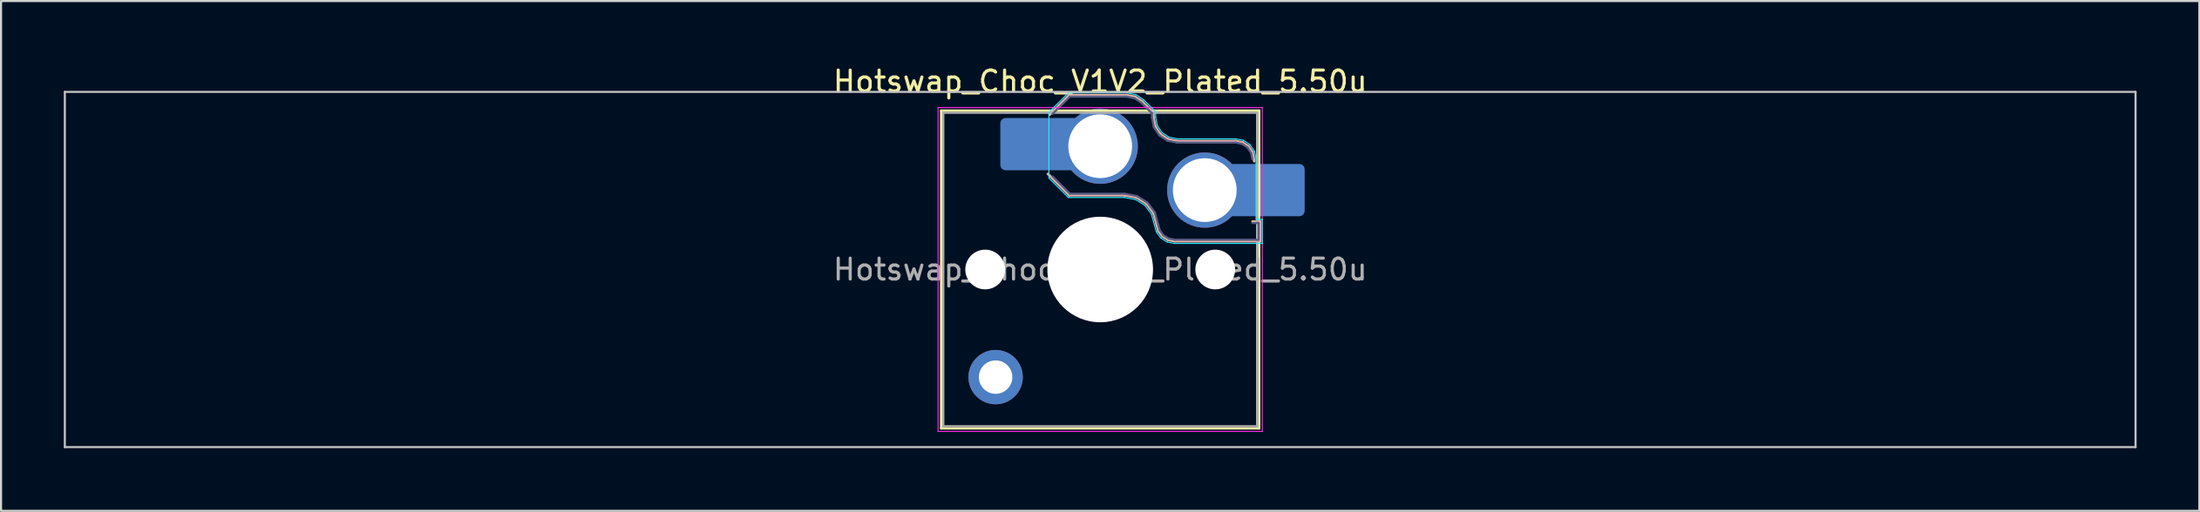
<source format=kicad_pcb>
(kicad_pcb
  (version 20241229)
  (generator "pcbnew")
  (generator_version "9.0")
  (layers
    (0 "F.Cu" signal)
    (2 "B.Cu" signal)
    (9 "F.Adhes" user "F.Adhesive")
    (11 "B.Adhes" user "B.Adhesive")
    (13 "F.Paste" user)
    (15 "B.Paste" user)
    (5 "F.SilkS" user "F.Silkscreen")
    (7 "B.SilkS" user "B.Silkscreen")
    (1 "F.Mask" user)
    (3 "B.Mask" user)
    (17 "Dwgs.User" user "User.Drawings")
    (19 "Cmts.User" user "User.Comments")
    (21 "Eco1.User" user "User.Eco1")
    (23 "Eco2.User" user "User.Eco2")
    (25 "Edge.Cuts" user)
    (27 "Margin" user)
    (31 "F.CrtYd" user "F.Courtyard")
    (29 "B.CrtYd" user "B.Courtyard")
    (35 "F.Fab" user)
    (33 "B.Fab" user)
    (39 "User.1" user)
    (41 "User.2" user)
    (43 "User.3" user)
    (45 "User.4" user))
  (footprint "Hotswap_Choc_V1V2_Plated_5.50u"
    (layer "F.Cu")
    (at 49.55 9.848)
    (property "Reference" "Hotswap_Choc_V1V2_Plated_5.50u" (at 0 -9 0) (layer "F.SilkS") (effects (font (size 1 1) (thickness 0.15))))
    (attr smd allow_soldermask_bridges)
    (fp_line (start -7.6 -7.6) (end -7.6 7.6) (stroke (width 0.12) (type solid)) (layer "F.SilkS"))
    (fp_line (start -7.6 7.6) (end 7.6 7.6) (stroke (width 0.12) (type solid)) (layer "F.SilkS"))
    (fp_line (start 7.6 -7.6) (end -7.6 -7.6) (stroke (width 0.12) (type solid)) (layer "F.SilkS"))
    (fp_line (start 7.6 7.6) (end 7.6 -7.6) (stroke (width 0.12) (type solid)) (layer "F.SilkS"))
    (fp_line (start -2.416 -7.409) (end -1.479 -8.346) (stroke (width 0.12) (type solid)) (layer "B.SilkS"))
    (fp_line (start -1.479 -8.346) (end 1.268 -8.346) (stroke (width 0.12) (type solid)) (layer "B.SilkS"))
    (fp_line (start -1.479 -3.554) (end -2.5 -4.575) (stroke (width 0.12) (type solid)) (layer "B.SilkS"))
    (fp_line (start 1.168 -3.554) (end -1.479 -3.554) (stroke (width 0.12) (type solid)) (layer "B.SilkS"))
    (fp_line (start 1.268 -8.346) (end 1.671 -8.266) (stroke (width 0.12) (type solid)) (layer "B.SilkS"))
    (fp_line (start 1.671 -8.266) (end 2.013 -8.037) (stroke (width 0.12) (type solid)) (layer "B.SilkS"))
    (fp_line (start 1.73 -3.449) (end 1.168 -3.554) (stroke (width 0.12) (type solid)) (layer "B.SilkS"))
    (fp_line (start 2.013 -8.037) (end 2.546 -7.504) (stroke (width 0.12) (type solid)) (layer "B.SilkS"))
    (fp_line (start 2.209 -3.15) (end 1.73 -3.449) (stroke (width 0.12) (type solid)) (layer "B.SilkS"))
    (fp_line (start 2.546 -7.504) (end 2.546 -7.282) (stroke (width 0.12) (type solid)) (layer "B.SilkS"))
    (fp_line (start 2.546 -7.282) (end 2.633 -6.844) (stroke (width 0.12) (type solid)) (layer "B.SilkS"))
    (fp_line (start 2.547 -2.697) (end 2.209 -3.15) (stroke (width 0.12) (type solid)) (layer "B.SilkS"))
    (fp_line (start 2.633 -6.844) (end 2.877 -6.477) (stroke (width 0.12) (type solid)) (layer "B.SilkS"))
    (fp_line (start 2.701 -2.139) (end 2.547 -2.697) (stroke (width 0.12) (type solid)) (layer "B.SilkS"))
    (fp_line (start 2.783 -1.841) (end 2.701 -2.139) (stroke (width 0.12) (type solid)) (layer "B.SilkS"))
    (fp_line (start 2.877 -6.477) (end 3.244 -6.233) (stroke (width 0.12) (type solid)) (layer "B.SilkS"))
    (fp_line (start 2.976 -1.583) (end 2.783 -1.841) (stroke (width 0.12) (type solid)) (layer "B.SilkS"))
    (fp_line (start 3.244 -6.233) (end 3.682 -6.146) (stroke (width 0.12) (type solid)) (layer "B.SilkS"))
    (fp_line (start 3.25 -1.413) (end 2.976 -1.583) (stroke (width 0.12) (type solid)) (layer "B.SilkS"))
    (fp_line (start 3.56 -1.354) (end 3.25 -1.413) (stroke (width 0.12) (type solid)) (layer "B.SilkS"))
    (fp_line (start 3.682 -6.146) (end 6.482 -6.146) (stroke (width 0.12) (type solid)) (layer "B.SilkS"))
    (fp_line (start 6.482 -6.146) (end 6.809 -6.081) (stroke (width 0.12) (type solid)) (layer "B.SilkS"))
    (fp_line (start 6.809 -6.081) (end 7.092 -5.892) (stroke (width 0.12) (type solid)) (layer "B.SilkS"))
    (fp_line (start 7.092 -5.892) (end 7.281 -5.609) (stroke (width 0.12) (type solid)) (layer "B.SilkS"))
    (fp_line (start 7.281 -5.609) (end 7.366 -5.182) (stroke (width 0.12) (type solid)) (layer "B.SilkS"))
    (fp_line (start 7.283 -2.296) (end 7.646 -2.296) (stroke (width 0.12) (type solid)) (layer "B.SilkS"))
    (fp_line (start 7.646 -2.296) (end 7.646 -1.354) (stroke (width 0.12) (type solid)) (layer "B.SilkS"))
    (fp_line (start 7.646 -1.354) (end 3.56 -1.354) (stroke (width 0.12) (type solid)) (layer "B.SilkS"))
    (fp_line (start -49.5 -8.5) (end -49.5 8.5) (stroke (width 0.1) (type solid)) (layer "Dwgs.User"))
    (fp_line (start -49.5 8.5) (end 49.5 8.5) (stroke (width 0.1) (type solid)) (layer "Dwgs.User"))
    (fp_line (start 49.5 -8.5) (end -49.5 -8.5) (stroke (width 0.1) (type solid)) (layer "Dwgs.User"))
    (fp_line (start 49.5 8.5) (end 49.5 -8.5) (stroke (width 0.1) (type solid)) (layer "Dwgs.User"))
    (fp_line (start -7.25 -7.25) (end -7.25 7.25) (stroke (width 0.1) (type solid)) (layer "Eco1.User"))
    (fp_line (start -7.25 7.25) (end 7.25 7.25) (stroke (width 0.1) (type solid)) (layer "Eco1.User"))
    (fp_line (start 7.25 -7.25) (end -7.25 -7.25) (stroke (width 0.1) (type solid)) (layer "Eco1.User"))
    (fp_line (start 7.25 7.25) (end 7.25 -7.25) (stroke (width 0.1) (type solid)) (layer "Eco1.User"))
    (fp_line (start -2.452 -7.523) (end -1.523 -8.452) (stroke (width 0.05) (type solid)) (layer "B.CrtYd"))
    (fp_line (start -2.452 -4.377) (end -2.452 -7.523) (stroke (width 0.05) (type solid)) (layer "B.CrtYd"))
    (fp_line (start -1.523 -8.452) (end 1.278 -8.452) (stroke (width 0.05) (type solid)) (layer "B.CrtYd"))
    (fp_line (start -1.523 -3.448) (end -2.452 -4.377) (stroke (width 0.05) (type solid)) (layer "B.CrtYd"))
    (fp_line (start 1.159 -3.448) (end -1.523 -3.448) (stroke (width 0.05) (type solid)) (layer "B.CrtYd"))
    (fp_line (start 1.278 -8.452) (end 1.712 -8.366) (stroke (width 0.05) (type solid)) (layer "B.CrtYd"))
    (fp_line (start 1.691 -3.348) (end 1.159 -3.448) (stroke (width 0.05) (type solid)) (layer "B.CrtYd"))
    (fp_line (start 1.712 -8.366) (end 2.081 -8.119) (stroke (width 0.05) (type solid)) (layer "B.CrtYd"))
    (fp_line (start 2.081 -8.119) (end 2.652 -7.548) (stroke (width 0.05) (type solid)) (layer "B.CrtYd"))
    (fp_line (start 2.136 -3.071) (end 1.691 -3.348) (stroke (width 0.05) (type solid)) (layer "B.CrtYd"))
    (fp_line (start 2.45 -2.65) (end 2.136 -3.071) (stroke (width 0.05) (type solid)) (layer "B.CrtYd"))
    (fp_line (start 2.599 -2.111) (end 2.45 -2.65) (stroke (width 0.05) (type solid)) (layer "B.CrtYd"))
    (fp_line (start 2.652 -7.548) (end 2.652 -7.292) (stroke (width 0.05) (type solid)) (layer "B.CrtYd"))
    (fp_line (start 2.652 -7.292) (end 2.733 -6.885) (stroke (width 0.05) (type solid)) (layer "B.CrtYd"))
    (fp_line (start 2.687 -1.794) (end 2.599 -2.111) (stroke (width 0.05) (type solid)) (layer "B.CrtYd"))
    (fp_line (start 2.733 -6.885) (end 2.953 -6.553) (stroke (width 0.05) (type solid)) (layer "B.CrtYd"))
    (fp_line (start 2.903 -1.503) (end 2.687 -1.794) (stroke (width 0.05) (type solid)) (layer "B.CrtYd"))
    (fp_line (start 2.953 -6.553) (end 3.285 -6.333) (stroke (width 0.05) (type solid)) (layer "B.CrtYd"))
    (fp_line (start 3.211 -1.312) (end 2.903 -1.503) (stroke (width 0.05) (type solid)) (layer "B.CrtYd"))
    (fp_line (start 3.285 -6.333) (end 3.692 -6.252) (stroke (width 0.05) (type solid)) (layer "B.CrtYd"))
    (fp_line (start 3.55 -1.248) (end 3.211 -1.312) (stroke (width 0.05) (type solid)) (layer "B.CrtYd"))
    (fp_line (start 3.692 -6.252) (end 6.492 -6.252) (stroke (width 0.05) (type solid)) (layer "B.CrtYd"))
    (fp_line (start 6.492 -6.252) (end 6.85 -6.181) (stroke (width 0.05) (type solid)) (layer "B.CrtYd"))
    (fp_line (start 6.85 -6.181) (end 7.168 -5.968) (stroke (width 0.05) (type solid)) (layer "B.CrtYd"))
    (fp_line (start 7.168 -5.968) (end 7.381 -5.65) (stroke (width 0.05) (type solid)) (layer "B.CrtYd"))
    (fp_line (start 7.381 -5.65) (end 7.452 -5.292) (stroke (width 0.05) (type solid)) (layer "B.CrtYd"))
    (fp_line (start 7.452 -5.292) (end 7.452 -2.402) (stroke (width 0.05) (type solid)) (layer "B.CrtYd"))
    (fp_line (start 7.452 -2.402) (end 7.752 -2.402) (stroke (width 0.05) (type solid)) (layer "B.CrtYd"))
    (fp_line (start 7.752 -2.402) (end 7.752 -1.248) (stroke (width 0.05) (type solid)) (layer "B.CrtYd"))
    (fp_line (start 7.752 -1.248) (end 3.55 -1.248) (stroke (width 0.05) (type solid)) (layer "B.CrtYd"))
    (fp_line (start -7.75 -7.75) (end -7.75 7.75) (stroke (width 0.05) (type solid)) (layer "F.CrtYd"))
    (fp_line (start -7.75 7.75) (end 7.75 7.75) (stroke (width 0.05) (type solid)) (layer "F.CrtYd"))
    (fp_line (start 7.75 -7.75) (end -7.75 -7.75) (stroke (width 0.05) (type solid)) (layer "F.CrtYd"))
    (fp_line (start 7.75 7.75) (end 7.75 -7.75) (stroke (width 0.05) (type solid)) (layer "F.CrtYd"))
    (fp_line (start -2.275 -7.45) (end -1.45 -8.275) (stroke (width 0.1) (type solid)) (layer "B.Fab"))
    (fp_line (start -1.45 -8.275) (end 1.261 -8.275) (stroke (width 0.1) (type solid)) (layer "B.Fab"))
    (fp_line (start -1.45 -3.625) (end -2.275 -4.45) (stroke (width 0.1) (type solid)) (layer "B.Fab"))
    (fp_line (start 1.175 -3.625) (end -1.45 -3.625) (stroke (width 0.1) (type solid)) (layer "B.Fab"))
    (fp_line (start 1.261 -8.275) (end 1.643 -8.199) (stroke (width 0.1) (type solid)) (layer "B.Fab"))
    (fp_line (start 1.643 -8.199) (end 1.968 -7.982) (stroke (width 0.1) (type solid)) (layer "B.Fab"))
    (fp_line (start 1.756 -3.516) (end 1.175 -3.625) (stroke (width 0.1) (type solid)) (layer "B.Fab"))
    (fp_line (start 1.968 -7.982) (end 2.475 -7.475) (stroke (width 0.1) (type solid)) (layer "B.Fab"))
    (fp_line (start 2.258 -3.203) (end 1.756 -3.516) (stroke (width 0.1) (type solid)) (layer "B.Fab"))
    (fp_line (start 2.475 -7.475) (end 2.475 -7.275) (stroke (width 0.1) (type solid)) (layer "B.Fab"))
    (fp_line (start 2.475 -7.275) (end 2.566 -6.816) (stroke (width 0.1) (type solid)) (layer "B.Fab"))
    (fp_line (start 2.566 -6.816) (end 2.826 -6.426) (stroke (width 0.1) (type solid)) (layer "B.Fab"))
    (fp_line (start 2.612 -2.729) (end 2.258 -3.203) (stroke (width 0.1) (type solid)) (layer "B.Fab"))
    (fp_line (start 2.769 -2.158) (end 2.612 -2.729) (stroke (width 0.1) (type solid)) (layer "B.Fab"))
    (fp_line (start 2.826 -6.426) (end 3.216 -6.166) (stroke (width 0.1) (type solid)) (layer "B.Fab"))
    (fp_line (start 2.848 -1.873) (end 2.769 -2.158) (stroke (width 0.1) (type solid)) (layer "B.Fab"))
    (fp_line (start 3.025 -1.636) (end 2.848 -1.873) (stroke (width 0.1) (type solid)) (layer "B.Fab"))
    (fp_line (start 3.216 -6.166) (end 3.675 -6.075) (stroke (width 0.1) (type solid)) (layer "B.Fab"))
    (fp_line (start 3.276 -1.48) (end 3.025 -1.636) (stroke (width 0.1) (type solid)) (layer "B.Fab"))
    (fp_line (start 3.567 -1.425) (end 3.276 -1.48) (stroke (width 0.1) (type solid)) (layer "B.Fab"))
    (fp_line (start 3.675 -6.075) (end 6.475 -6.075) (stroke (width 0.1) (type solid)) (layer "B.Fab"))
    (fp_line (start 6.475 -6.075) (end 6.781 -6.014) (stroke (width 0.1) (type solid)) (layer "B.Fab"))
    (fp_line (start 6.781 -6.014) (end 7.041 -5.841) (stroke (width 0.1) (type solid)) (layer "B.Fab"))
    (fp_line (start 7.041 -5.841) (end 7.214 -5.581) (stroke (width 0.1) (type solid)) (layer "B.Fab"))
    (fp_line (start 7.214 -5.581) (end 7.275 -5.275) (stroke (width 0.1) (type solid)) (layer "B.Fab"))
    (fp_line (start 7.275 -2.225) (end 7.575 -2.225) (stroke (width 0.1) (type solid)) (layer "B.Fab"))
    (fp_line (start 7.575 -2.225) (end 7.575 -1.425) (stroke (width 0.1) (type solid)) (layer "B.Fab"))
    (fp_line (start 7.575 -1.425) (end 3.567 -1.425) (stroke (width 0.1) (type solid)) (layer "B.Fab"))
    (fp_line (start -7.5 -7.5) (end -7.5 7.5) (stroke (width 0.1) (type solid)) (layer "F.Fab"))
    (fp_line (start -7.5 7.5) (end 7.5 7.5) (stroke (width 0.1) (type solid)) (layer "F.Fab"))
    (fp_line (start 7.5 -7.5) (end -7.5 -7.5) (stroke (width 0.1) (type solid)) (layer "F.Fab"))
    (fp_line (start 7.5 7.5) (end 7.5 -7.5) (stroke (width 0.1) (type solid)) (layer "F.Fab"))
    (fp_text user "${REFERENCE}" (at 0 0 0) (layer "F.Fab") (effects (font (size 1 1) (thickness 0.15))))
    (pad "" np_thru_hole circle (at -5.5 0) (size 1.9 1.9) (drill 1.9) (layers "*.Cu" "*.Mask"))
    (pad "" thru_hole circle (at -5 5.15) (size 2.6 2.6) (drill 1.6) (layers "*.Cu" "*.Mask"))
    (pad "" smd roundrect (at -3.5 -6) (size 2.55 2.5) (layers "B.Mask" "B.Paste") (roundrect_rratio 0.1))
    (pad "" np_thru_hole circle (at 0 0) (size 5.05 5.05) (drill 5.05) (layers "*.Cu" "*.Mask"))
    (pad "" np_thru_hole circle (at 5.5 0) (size 1.9 1.9) (drill 1.9) (layers "*.Cu" "*.Mask"))
    (pad "" smd roundrect (at 8.5 -3.8) (size 2.55 2.5) (layers "B.Mask" "B.Paste") (roundrect_rratio 0.1))
    (pad "1" smd roundrect (at -2.85 -6) (size 3.85 2.5) (layers "B.Cu") (roundrect_rratio 0.1))
    (pad "1" thru_hole circle (at 0 -5.9) (size 3.6 3.6) (drill 3.05) (layers "*.Cu" "*.Mask"))
    (pad "2" thru_hole circle (at 5 -3.8) (size 3.6 3.6) (drill 3.05) (layers "*.Cu" "*.Mask"))
    (pad "2" smd roundrect (at 7.85 -3.8) (size 3.85 2.5) (layers "B.Cu") (roundrect_rratio 0.1)))
  (gr_rect
    (start -3 -3)
    (end 102.1 21.398)
    (stroke (width 0.1) (type default))
    (fill no)
    (layer "Edge.Cuts")))
</source>
